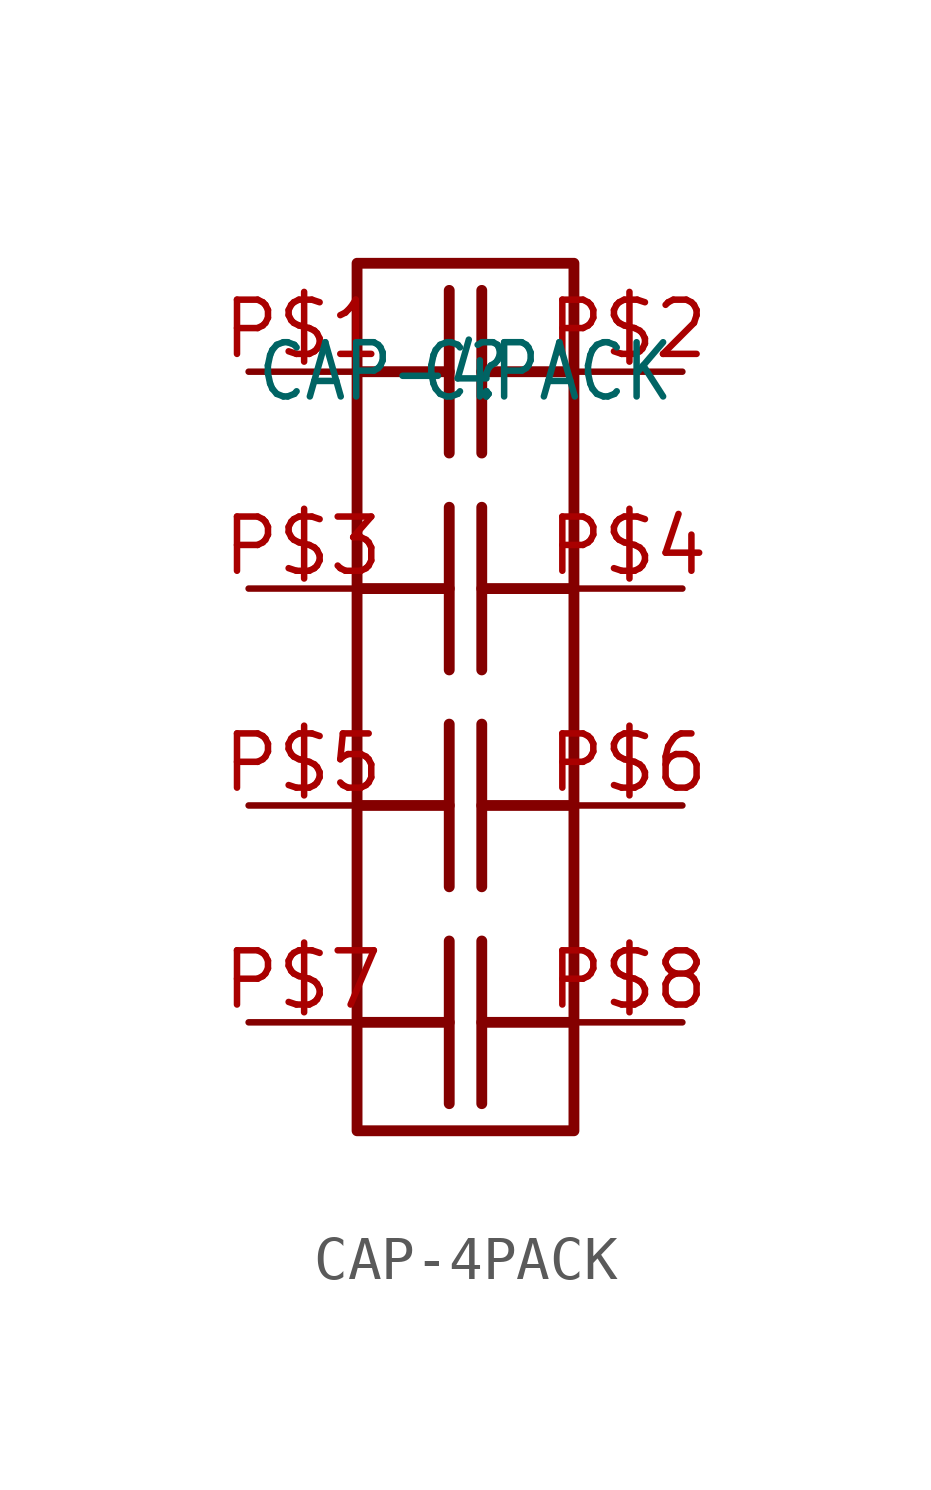
<source format=kicad_sym>
(kicad_symbol_lib
  (version 20211014)
  (generator kicad_symbol_editor)
  (symbol "CAP-4PACK"
    (pin_names
      (offset 1.016) hide)
    (property "Reference" "C"
      (at 0 0 0)
      (effects (font (size 1.27 1.086))))
    (property "Value" "CAP-4PACK"
      (at 0 0 0)
      (effects (font (size 1.27 1.086))))
    (symbol "CAP-4PACK_0_0")
    (symbol "CAP-4PACK_0_1"
      (polyline (pts (xy -0.381 1.905) (xy -0.381 0.0) (xy -0.381 -1.905)) (stroke (width 0.254) (type default) (color 0 0 0 0)))
      (polyline (pts (xy 0.381 1.905) (xy 0.381 0.0) (xy 0.381 -1.905)) (stroke (width 0.254) (type default) (color 0 0 0 0)))
      (polyline (pts (xy -2.54 0.0) (xy -0.381 0.0)) (stroke (width 0.254) (type default) (color 0 0 0 0)))
      (polyline (pts (xy 2.54 0.0) (xy 0.381 0.0)) (stroke (width 0.254) (type default) (color 0 0 0 0)))
      (polyline (pts (xy -0.381 -3.175) (xy -0.381 -5.08) (xy -0.381 -6.985)) (stroke (width 0.254) (type default) (color 0 0 0 0)))
      (polyline (pts (xy 0.381 -3.175) (xy 0.381 -5.08) (xy 0.381 -6.985)) (stroke (width 0.254) (type default) (color 0 0 0 0)))
      (polyline (pts (xy -2.54 -5.08) (xy -0.381 -5.08)) (stroke (width 0.254) (type default) (color 0 0 0 0)))
      (polyline (pts (xy 2.54 -5.08) (xy 0.381 -5.08)) (stroke (width 0.254) (type default) (color 0 0 0 0)))
      (polyline (pts (xy -0.381 -8.255) (xy -0.381 -10.16) (xy -0.381 -12.065)) (stroke (width 0.254) (type default) (color 0 0 0 0)))
      (polyline (pts (xy 0.381 -8.255) (xy 0.381 -10.16) (xy 0.381 -12.065)) (stroke (width 0.254) (type default) (color 0 0 0 0)))
      (polyline (pts (xy -2.54 -10.16) (xy -0.381 -10.16)) (stroke (width 0.254) (type default) (color 0 0 0 0)))
      (polyline (pts (xy 2.54 -10.16) (xy 0.381 -10.16)) (stroke (width 0.254) (type default) (color 0 0 0 0)))
      (polyline (pts (xy -0.381 -13.335) (xy -0.381 -15.24) (xy -0.381 -17.145)) (stroke (width 0.254) (type default) (color 0 0 0 0)))
      (polyline (pts (xy 0.381 -13.335) (xy 0.381 -15.24) (xy 0.381 -17.145)) (stroke (width 0.254) (type default) (color 0 0 0 0)))
      (polyline (pts (xy -2.54 -15.24) (xy -0.381 -15.24)) (stroke (width 0.254) (type default) (color 0 0 0 0)))
      (polyline (pts (xy 2.54 -15.24) (xy 0.381 -15.24)) (stroke (width 0.254) (type default) (color 0 0 0 0)))
      (polyline (pts (xy -2.54 2.54) (xy 2.54 2.54) (xy 2.54 -17.78) (xy -2.54 -17.78) (xy -2.54 2.54)) (stroke (width 0.254) (type default) (color 0 0 0 0))))
    (symbol "CAP-4PACK_1_1"
      (pin bidirectional line (at -5.08 0 0) (length 2.54) (name "P$1" (effects (font (size 1.27 1.086)))) (number "P$1" (effects (font (size 1.27 1.086)))))
      (pin bidirectional line (at 5.08 0 180) (length 2.54) (name "P$2" (effects (font (size 1.27 1.086)))) (number "P$2" (effects (font (size 1.27 1.086)))))
      (pin bidirectional line (at -5.08 -5.08 0) (length 2.54) (name "P$3" (effects (font (size 1.27 1.086)))) (number "P$3" (effects (font (size 1.27 1.086)))))
      (pin bidirectional line (at 5.08 -5.08 180) (length 2.54) (name "P$4" (effects (font (size 1.27 1.086)))) (number "P$4" (effects (font (size 1.27 1.086)))))
      (pin bidirectional line (at -5.08 -10.16 0) (length 2.54) (name "P$5" (effects (font (size 1.27 1.086)))) (number "P$5" (effects (font (size 1.27 1.086)))))
      (pin bidirectional line (at 5.08 -10.16 180) (length 2.54) (name "P$6" (effects (font (size 1.27 1.086)))) (number "P$6" (effects (font (size 1.27 1.086)))))
      (pin bidirectional line (at -5.08 -15.24 0) (length 2.54) (name "P$7" (effects (font (size 1.27 1.086)))) (number "P$7" (effects (font (size 1.27 1.086)))))
      (pin bidirectional line (at 5.08 -15.24 180) (length 2.54) (name "P$8" (effects (font (size 1.27 1.086)))) (number "P$8" (effects (font (size 1.27 1.086))))))))
</source>
